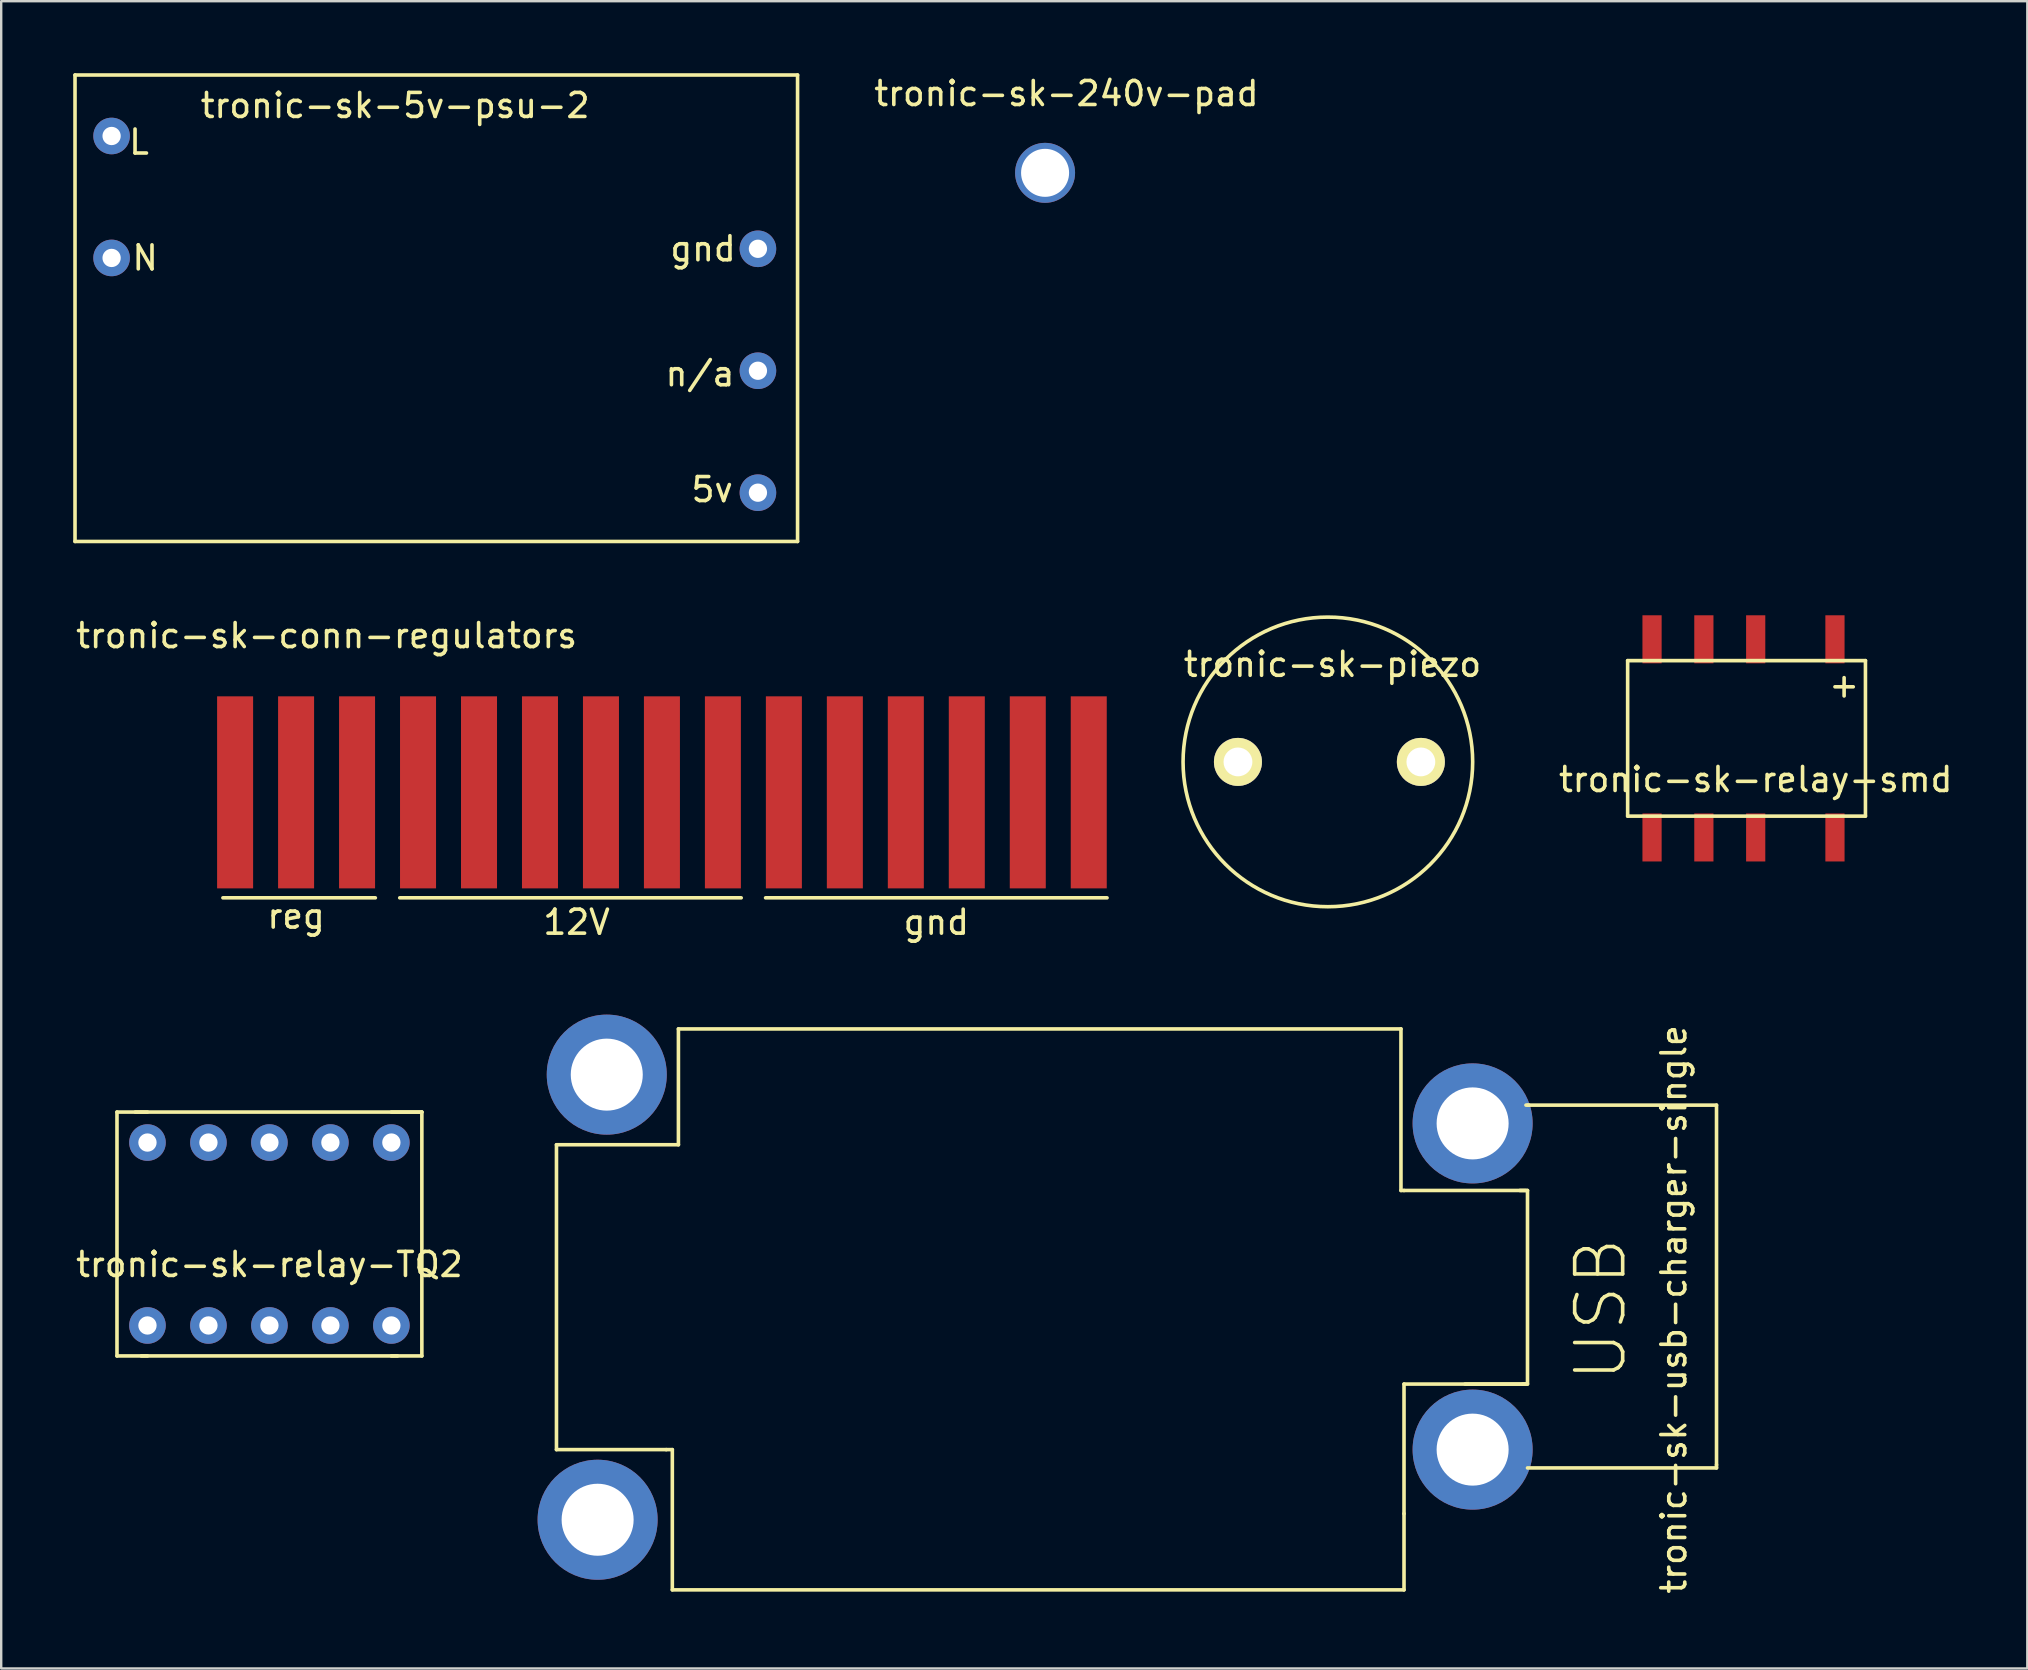
<source format=kicad_pcb>
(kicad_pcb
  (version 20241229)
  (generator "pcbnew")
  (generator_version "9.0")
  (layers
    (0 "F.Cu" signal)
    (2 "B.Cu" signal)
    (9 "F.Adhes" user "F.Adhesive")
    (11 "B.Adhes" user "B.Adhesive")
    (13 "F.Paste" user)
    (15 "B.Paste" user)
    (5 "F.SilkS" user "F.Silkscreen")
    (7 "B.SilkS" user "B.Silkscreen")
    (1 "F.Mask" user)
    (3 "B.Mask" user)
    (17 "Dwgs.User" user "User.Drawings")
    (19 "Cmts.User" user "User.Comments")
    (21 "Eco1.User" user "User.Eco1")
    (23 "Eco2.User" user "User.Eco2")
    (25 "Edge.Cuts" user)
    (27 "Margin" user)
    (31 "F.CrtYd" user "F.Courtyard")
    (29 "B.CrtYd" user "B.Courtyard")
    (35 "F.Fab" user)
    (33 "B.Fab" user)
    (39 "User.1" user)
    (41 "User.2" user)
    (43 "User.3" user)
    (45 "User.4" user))
  (footprint "tronic-sk-240v-pad"
    (layer "F.Cu")
    (at 40.485 4.15)
    (property "Reference" "tronic-sk-240v-pad" (at 0.889 -3.302 0) (layer "F.SilkS") (effects (font (size 1 1) (thickness 0.15))))
    (attr through_hole)
    (pad "1" thru_hole circle (at 0 0) (size 2.499 2.499) (drill 2) (layers "*.Cu" "*.Mask")))
  (footprint "tronic-sk-piezo"
    (layer "F.Cu")
    (at 53.218 27.165)
    (property "Reference" "tronic-sk-piezo" (at -0.762 -2.54 0) (layer "F.SilkS") (effects (font (size 1 1) (thickness 0.15))))
    (attr through_hole)
    (fp_circle (center -0.953 1.524) (end -0.953 7.556) (stroke (width 0.15) (type solid)) (fill no) (layer "F.SilkS"))
    (pad "1" thru_hole circle (at -4.699 1.524) (size 2 2) (drill 1.2) (layers "*.Cu" "*.Mask" "F.SilkS"))
    (pad "2" thru_hole circle (at 2.921 1.524) (size 2 2) (drill 1.2) (layers "*.Cu" "*.Mask" "F.SilkS")))
  (footprint "tronic-sk-relay-smd"
    (layer "F.Cu")
    (at 69.579 27.772)
    (property "Reference" "tronic-sk-relay-smd" (at 0.508 1.651 0) (layer "F.SilkS") (effects (font (size 1 1) (thickness 0.15))))
    (attr through_hole)
    (fp_line (start -4.826 -3.302) (end 5.08 -3.302) (stroke (width 0.15) (type solid)) (layer "F.SilkS"))
    (fp_line (start -4.826 3.175) (end -4.826 -3.302) (stroke (width 0.15) (type solid)) (layer "F.SilkS"))
    (fp_line (start 5.08 -3.302) (end 5.08 3.175) (stroke (width 0.15) (type solid)) (layer "F.SilkS"))
    (fp_line (start 5.08 3.175) (end -4.826 3.175) (stroke (width 0.15) (type solid)) (layer "F.SilkS"))
    (fp_text user "+" (at 4.191 -2.286 0) (layer "F.SilkS") (effects (font (size 1 1) (thickness 0.15))))
    (pad "1" smd rect (at 3.81 -4.191) (size 0.8 2) (layers "F.Cu" "F.Mask" "F.Paste"))
    (pad "2" smd rect (at 3.81 4.064) (size 0.8 2) (layers "F.Cu" "F.Mask" "F.Paste"))
    (pad "3" smd rect (at -1.651 -4.191) (size 0.8 2) (layers "F.Cu" "F.Mask" "F.Paste"))
    (pad "4" smd rect (at 0.508 -4.191) (size 0.8 2) (layers "F.Cu" "F.Mask" "F.Paste"))
    (pad "5" smd rect (at -3.81 -4.191) (size 0.8 2) (layers "F.Cu" "F.Mask" "F.Paste"))
    (pad "6" smd rect (at 0.508 4.064) (size 0.8 2) (layers "F.Cu" "F.Mask" "F.Paste"))
    (pad "7" smd rect (at -1.651 4.064) (size 0.8 2) (layers "F.Cu" "F.Mask" "F.Paste"))
    (pad "8" smd rect (at -3.81 4.064) (size 0.8 2) (layers "F.Cu" "F.Mask" "F.Paste")))
  (footprint "tronic-sk-usb-charger-single"
    (layer "F.Cu")
    (at 44.261 51.495)
    (property "Reference" "tronic-sk-usb-charger-single" (at 22.416 0 90) (layer "F.SilkS") (effects (font (size 1 1) (thickness 0.15))))
    (attr through_hole)
    (fp_line (start -24.13 -6.858) (end -24.13 5.842) (stroke (width 0.15) (type solid)) (layer "F.SilkS"))
    (fp_line (start -24.13 -6.858) (end -19.05 -6.858) (stroke (width 0.15) (type solid)) (layer "F.SilkS"))
    (fp_line (start -24.13 5.842) (end -19.558 5.842) (stroke (width 0.15) (type solid)) (layer "F.SilkS"))
    (fp_line (start -19.558 5.842) (end -19.304 5.842) (stroke (width 0.15) (type solid)) (layer "F.SilkS"))
    (fp_line (start -19.304 5.842) (end -19.304 11.684) (stroke (width 0.15) (type solid)) (layer "F.SilkS"))
    (fp_line (start -19.304 11.684) (end 11.176 11.684) (stroke (width 0.15) (type solid)) (layer "F.SilkS"))
    (fp_line (start -19.05 -6.858) (end -19.05 -11.684) (stroke (width 0.15) (type solid)) (layer "F.SilkS"))
    (fp_line (start 11.049 -11.684) (end -19.05 -11.684) (stroke (width 0.15) (type solid)) (layer "F.SilkS"))
    (fp_line (start 11.049 -4.953) (end 11.049 -11.684) (stroke (width 0.15) (type solid)) (layer "F.SilkS"))
    (fp_line (start 11.176 -4.953) (end 11.049 -4.953) (stroke (width 0.15) (type solid)) (layer "F.SilkS"))
    (fp_line (start 11.176 3.111) (end 11.176 8.509) (stroke (width 0.15) (type solid)) (layer "F.SilkS"))
    (fp_line (start 11.176 8.509) (end 11.176 11.684) (stroke (width 0.15) (type solid)) (layer "F.SilkS"))
    (fp_line (start 13.716 3.111) (end 16.256 3.111) (stroke (width 0.15) (type solid)) (layer "F.SilkS"))
    (fp_line (start 16.256 -8.509) (end 16.383 -8.509) (stroke (width 0.15) (type solid)) (layer "F.SilkS"))
    (fp_line (start 16.256 -4.953) (end 11.176 -4.953) (stroke (width 0.15) (type solid)) (layer "F.SilkS"))
    (fp_line (start 16.256 3.111) (end 11.176 3.111) (stroke (width 0.15) (type solid)) (layer "F.SilkS"))
    (fp_line (start 16.32 -8.509) (end 24.194 -8.509) (stroke (width 0.15) (type solid)) (layer "F.SilkS"))
    (fp_line (start 16.32 -4.953) (end 16.002 -4.953) (stroke (width 0.15) (type solid)) (layer "F.SilkS"))
    (fp_line (start 16.32 3.111) (end 16.129 3.111) (stroke (width 0.15) (type solid)) (layer "F.SilkS"))
    (fp_line (start 16.32 3.111) (end 16.32 -4.953) (stroke (width 0.15) (type solid)) (layer "F.SilkS"))
    (fp_line (start 24.194 -8.509) (end 24.194 6.477) (stroke (width 0.15) (type solid)) (layer "F.SilkS"))
    (fp_line (start 24.194 6.477) (end 24.194 6.604) (stroke (width 0.15) (type solid)) (layer "F.SilkS"))
    (fp_line (start 24.194 6.604) (end 16.32 6.604) (stroke (width 0.15) (type solid)) (layer "F.SilkS"))
    (fp_text user "USB" (at 19.367 0 90) (layer "F.SilkS") (effects (font (size 2 2) (thickness 0.15))))
    (pad "1" thru_hole circle (at -22.416 8.763) (size 5 5) (drill 3) (layers "*.Cu" "*.Mask"))
    (pad "1" thru_hole circle (at 14.034 -7.747) (size 5 5) (drill 3) (layers "*.Cu" "*.Mask"))
    (pad "1" thru_hole circle (at 14.034 5.842) (size 5 5) (drill 3) (layers "*.Cu" "*.Mask"))
    (pad "2" thru_hole circle (at -22.035 -9.779) (size 5 5) (drill 3) (layers "*.Cu" "*.Mask")))
  (footprint "tronic-sk-conn-regulators"
    (layer "F.Cu")
    (at 5.728 25.715)
    (property "Reference" "tronic-sk-conn-regulators" (at 4.826 -2.286 0) (layer "F.SilkS") (effects (font (size 1 1) (thickness 0.15))))
    (attr through_hole)
    (fp_line (start 6.858 8.636) (end 0.508 8.636) (stroke (width 0.15) (type solid)) (layer "F.SilkS"))
    (fp_line (start 22.098 8.636) (end 7.874 8.636) (stroke (width 0.15) (type solid)) (layer "F.SilkS"))
    (fp_line (start 37.338 8.636) (end 23.114 8.636) (stroke (width 0.15) (type solid)) (layer "F.SilkS"))
    (fp_text user "12V" (at 15.24 9.652 180) (layer "F.SilkS") (effects (font (size 1 1) (thickness 0.15))))
    (fp_text user "reg" (at 3.556 9.398 0) (layer "F.SilkS") (effects (font (size 1 1) (thickness 0.15))))
    (fp_text user "gnd" (at 30.226 9.652 180) (layer "F.SilkS") (effects (font (size 1 1) (thickness 0.15))))
    (pad "1" smd rect (at 1.016 4.242) (size 1.5 8) (layers "F.Cu" "F.Mask" "F.Paste"))
    (pad "2" smd rect (at 3.556 4.242) (size 1.5 8) (layers "F.Cu" "F.Mask" "F.Paste"))
    (pad "3" smd rect (at 6.096 4.242) (size 1.5 8) (layers "F.Cu" "F.Mask" "F.Paste"))
    (pad "4" smd rect (at 8.636 4.242) (size 1.5 8) (layers "F.Cu" "F.Mask" "F.Paste"))
    (pad "4" smd rect (at 11.176 4.242) (size 1.5 8) (layers "F.Cu" "F.Mask" "F.Paste"))
    (pad "4" smd rect (at 13.716 4.242) (size 1.5 8) (layers "F.Cu" "F.Mask" "F.Paste"))
    (pad "4" smd rect (at 16.256 4.242) (size 1.5 8) (layers "F.Cu" "F.Mask" "F.Paste"))
    (pad "4" smd rect (at 18.796 4.242) (size 1.5 8) (layers "F.Cu" "F.Mask" "F.Paste"))
    (pad "4" smd rect (at 21.336 4.242) (size 1.5 8) (layers "F.Cu" "F.Mask" "F.Paste"))
    (pad "5" smd rect (at 23.876 4.242) (size 1.5 8) (layers "F.Cu" "F.Mask" "F.Paste"))
    (pad "5" smd rect (at 26.416 4.242) (size 1.5 8) (layers "F.Cu" "F.Mask" "F.Paste"))
    (pad "5" smd rect (at 28.956 4.242) (size 1.5 8) (layers "F.Cu" "F.Mask" "F.Paste"))
    (pad "5" smd rect (at 31.496 4.242) (size 1.5 8) (layers "F.Cu" "F.Mask" "F.Paste"))
    (pad "5" smd rect (at 34.036 4.242) (size 1.5 8) (layers "F.Cu" "F.Mask" "F.Paste"))
    (pad "5" smd rect (at 36.576 4.242) (size 1.5 8) (layers "F.Cu" "F.Mask" "F.Paste")))
  (footprint "tronic-sk-5v-psu-2"
    (layer "F.Cu")
    (at 8.838 3.377)
    (property "Reference" "tronic-sk-5v-psu-2" (at 4.572 -2.032 0) (layer "F.SilkS") (effects (font (size 1 1) (thickness 0.15))))
    (attr through_hole)
    (fp_line (start -8.763 -3.302) (end 21.336 -3.302) (stroke (width 0.15) (type solid)) (layer "F.SilkS"))
    (fp_line (start -8.763 16.129) (end -8.763 -3.302) (stroke (width 0.15) (type solid)) (layer "F.SilkS"))
    (fp_line (start 21.336 -3.302) (end 21.336 16.129) (stroke (width 0.15) (type solid)) (layer "F.SilkS"))
    (fp_line (start 21.336 16.129) (end -8.763 16.129) (stroke (width 0.15) (type solid)) (layer "F.SilkS"))
    (fp_text user "gnd" (at 17.399 3.937 0) (layer "F.SilkS") (effects (font (size 1 1) (thickness 0.15))))
    (fp_text user "L" (at -6.096 -0.508 0) (layer "F.SilkS") (effects (font (size 1 1) (thickness 0.15))))
    (fp_text user "5v" (at 17.78 13.97 0) (layer "F.SilkS") (effects (font (size 1 1) (thickness 0.15))))
    (fp_text user "n/a" (at 17.272 9.144 0) (layer "F.SilkS") (effects (font (size 1 1) (thickness 0.15))))
    (fp_text user "N" (at -5.842 4.318 0) (layer "F.SilkS") (effects (font (size 1 1) (thickness 0.15))))
    (pad "1" thru_hole circle (at -7.239 -0.762) (size 1.524 1.524) (drill 0.762) (layers "*.Cu" "*.Mask"))
    (pad "2" thru_hole circle (at -7.239 4.318) (size 1.524 1.524) (drill 0.762) (layers "*.Cu" "*.Mask"))
    (pad "3" thru_hole circle (at 19.685 14.097) (size 1.524 1.524) (drill 0.762) (layers "*.Cu" "*.Mask"))
    (pad "4" thru_hole circle (at 19.685 3.937) (size 1.524 1.524) (drill 0.762) (layers "*.Cu" "*.Mask"))
    (pad "5" thru_hole circle (at 19.685 9.017) (size 1.524 1.524) (drill 0.762) (layers "*.Cu" "*.Mask")))
  (footprint "tronic-sk-relay-TQ2"
    (layer "F.Cu")
    (at 8.173 39.465)
    (property "Reference" "tronic-sk-relay-TQ2" (at 0 10.16 0) (layer "F.SilkS") (effects (font (size 1 1) (thickness 0.15))))
    (attr through_hole)
    (fp_line (start -6.35 13.97) (end -6.35 3.81) (stroke (width 0.15) (type solid)) (layer "F.SilkS"))
    (fp_line (start -5.334 13.97) (end 5.334 13.97) (stroke (width 0.15) (type solid)) (layer "F.SilkS"))
    (fp_line (start -5.08 3.81) (end -6.35 3.81) (stroke (width 0.15) (type solid)) (layer "F.SilkS"))
    (fp_line (start -5.08 13.97) (end -6.35 13.97) (stroke (width 0.15) (type solid)) (layer "F.SilkS"))
    (fp_line (start 5.08 3.81) (end 6.35 3.81) (stroke (width 0.15) (type solid)) (layer "F.SilkS"))
    (fp_line (start 5.08 13.97) (end 6.35 13.97) (stroke (width 0.15) (type solid)) (layer "F.SilkS"))
    (fp_line (start 6.35 3.81) (end -5.588 3.81) (stroke (width 0.15) (type solid)) (layer "F.SilkS"))
    (fp_line (start 6.35 13.97) (end 6.35 3.81) (stroke (width 0.15) (type solid)) (layer "F.SilkS"))
    (pad "1" thru_hole circle (at -5.08 5.08) (size 1.524 1.524) (drill 0.762) (layers "*.Cu" "*.Mask"))
    (pad "2" thru_hole circle (at -2.54 5.08) (size 1.524 1.524) (drill 0.762) (layers "*.Cu" "*.Mask"))
    (pad "3" thru_hole circle (at 0 5.08) (size 1.524 1.524) (drill 0.762) (layers "*.Cu" "*.Mask"))
    (pad "4" thru_hole circle (at 2.54 5.08) (size 1.524 1.524) (drill 0.762) (layers "*.Cu" "*.Mask"))
    (pad "5" thru_hole circle (at 5.08 5.08) (size 1.524 1.524) (drill 0.762) (layers "*.Cu" "*.Mask"))
    (pad "6" thru_hole circle (at -5.08 12.7) (size 1.524 1.524) (drill 0.762) (layers "*.Cu" "*.Mask"))
    (pad "7" thru_hole circle (at -2.54 12.7) (size 1.524 1.524) (drill 0.762) (layers "*.Cu" "*.Mask"))
    (pad "8" thru_hole circle (at 0 12.7) (size 1.524 1.524) (drill 0.762) (layers "*.Cu" "*.Mask"))
    (pad "9" thru_hole circle (at 2.54 12.7) (size 1.524 1.524) (drill 0.762) (layers "*.Cu" "*.Mask"))
    (pad "10" thru_hole circle (at 5.08 12.7) (size 1.524 1.524) (drill 0.762) (layers "*.Cu" "*.Mask")))
  (gr_rect
    (start -3 -3)
    (end 81.402 66.453)
    (stroke (width 0.1) (type default))
    (fill no)
    (layer "Edge.Cuts")))
</source>
